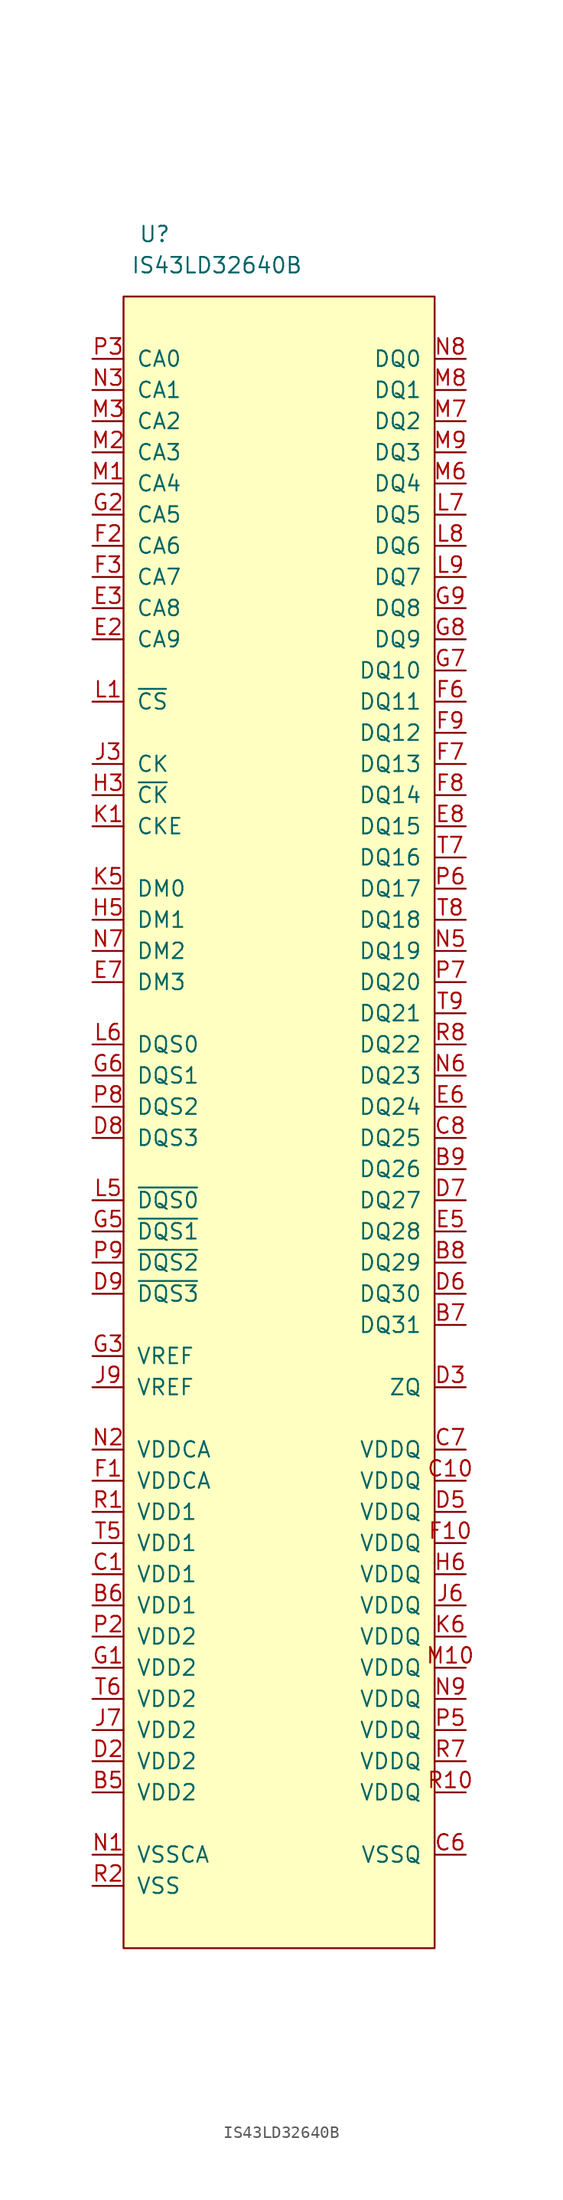
<source format=kicad_sym>
(kicad_symbol_lib
  (version 20211014)
  (generator kicad_symbol_editor)
  (symbol "IS43LD32640B"
    (pin_names
      (offset 1.016))
    (property "Reference" "U"
      (at -10.16 25.4 0)
      (effects (font (size 1.27 1.27))))
    (property "Value" "IS43LD32640B"
      (at -5.08 22.86 0)
      (effects (font (size 1.27 1.27))))
    (symbol "IS43LD32640B_0_1"
      (rectangle (start -12.7 20.32) (end 12.7 -114.3) (stroke (width 0) (type default) (color 0 0 0 0)) (fill (type background))))
    (symbol "IS43LD32640B_1_1"
      (pin power_in line (at -15.24 -101.6 0) (length 2.54) (name "VDD2" (effects (font (size 1.27 1.27)))) (number "B5" (effects (font (size 1.27 1.27)))))
      (pin power_in line (at -15.24 -86.36 0) (length 2.54) (name "VDD1" (effects (font (size 1.27 1.27)))) (number "B6" (effects (font (size 1.27 1.27)))))
      (pin bidirectional line (at 15.24 -63.5 180) (length 2.54) (name "DQ31" (effects (font (size 1.27 1.27)))) (number "B7" (effects (font (size 1.27 1.27)))))
      (pin bidirectional line (at 15.24 -58.42 180) (length 2.54) (name "DQ29" (effects (font (size 1.27 1.27)))) (number "B8" (effects (font (size 1.27 1.27)))))
      (pin bidirectional line (at 15.24 -50.8 180) (length 2.54) (name "DQ26" (effects (font (size 1.27 1.27)))) (number "B9" (effects (font (size 1.27 1.27)))))
      (pin power_in line (at -15.24 -83.82 0) (length 2.54) (name "VDD1" (effects (font (size 1.27 1.27)))) (number "C1" (effects (font (size 1.27 1.27)))))
      (pin power_in line (at 15.24 -76.2 180) (length 2.54) (name "VDDQ" (effects (font (size 1.27 1.27)))) (number "C10" (effects (font (size 1.27 1.27)))))
      (pin power_in line (at -15.24 -109.22 0) (length 2.54) hide (name "VSS" (effects (font (size 1.27 1.27)))) (number "C2" (effects (font (size 1.27 1.27)))))
      (pin power_in line (at -15.24 -109.22 0) (length 2.54) hide (name "VSS" (effects (font (size 1.27 1.27)))) (number "C5" (effects (font (size 1.27 1.27)))))
      (pin power_in line (at 15.24 -106.68 180) (length 2.54) (name "VSSQ" (effects (font (size 1.27 1.27)))) (number "C6" (effects (font (size 1.27 1.27)))))
      (pin power_in line (at 15.24 -73.66 180) (length 2.54) (name "VDDQ" (effects (font (size 1.27 1.27)))) (number "C7" (effects (font (size 1.27 1.27)))))
      (pin bidirectional line (at 15.24 -48.26 180) (length 2.54) (name "DQ25" (effects (font (size 1.27 1.27)))) (number "C8" (effects (font (size 1.27 1.27)))))
      (pin power_in line (at 15.24 -106.68 180) (length 2.54) hide (name "VSSQ" (effects (font (size 1.27 1.27)))) (number "C9" (effects (font (size 1.27 1.27)))))
      (pin power_in line (at -15.24 -109.22 0) (length 2.54) hide (name "VSS" (effects (font (size 1.27 1.27)))) (number "D1" (effects (font (size 1.27 1.27)))))
      (pin power_in line (at 15.24 -106.68 180) (length 2.54) hide (name "VSSQ" (effects (font (size 1.27 1.27)))) (number "D10" (effects (font (size 1.27 1.27)))))
      (pin power_in line (at -15.24 -99.06 0) (length 2.54) (name "VDD2" (effects (font (size 1.27 1.27)))) (number "D2" (effects (font (size 1.27 1.27)))))
      (pin power_in line (at 15.24 -68.58 180) (length 2.54) (name "ZQ" (effects (font (size 1.27 1.27)))) (number "D3" (effects (font (size 1.27 1.27)))))
      (pin power_in line (at 15.24 -78.74 180) (length 2.54) (name "VDDQ" (effects (font (size 1.27 1.27)))) (number "D5" (effects (font (size 1.27 1.27)))))
      (pin bidirectional line (at 15.24 -60.96 180) (length 2.54) (name "DQ30" (effects (font (size 1.27 1.27)))) (number "D6" (effects (font (size 1.27 1.27)))))
      (pin bidirectional line (at 15.24 -53.34 180) (length 2.54) (name "DQ27" (effects (font (size 1.27 1.27)))) (number "D7" (effects (font (size 1.27 1.27)))))
      (pin input line (at -15.24 -48.26 0) (length 2.54) (name "DQS3" (effects (font (size 1.27 1.27)))) (number "D8" (effects (font (size 1.27 1.27)))))
      (pin input line (at -15.24 -60.96 0) (length 2.54) (name "~{DQS3}" (effects (font (size 1.27 1.27)))) (number "D9" (effects (font (size 1.27 1.27)))))
      (pin power_in line (at -15.24 -106.68 0) (length 2.54) hide (name "VSSCA" (effects (font (size 1.27 1.27)))) (number "E1" (effects (font (size 1.27 1.27)))))
      (pin input line (at -15.24 -7.62 0) (length 2.54) (name "CA9" (effects (font (size 1.27 1.27)))) (number "E2" (effects (font (size 1.27 1.27)))))
      (pin input line (at -15.24 -5.08 0) (length 2.54) (name "CA8" (effects (font (size 1.27 1.27)))) (number "E3" (effects (font (size 1.27 1.27)))))
      (pin bidirectional line (at 15.24 -55.88 180) (length 2.54) (name "DQ28" (effects (font (size 1.27 1.27)))) (number "E5" (effects (font (size 1.27 1.27)))))
      (pin bidirectional line (at 15.24 -45.72 180) (length 2.54) (name "DQ24" (effects (font (size 1.27 1.27)))) (number "E6" (effects (font (size 1.27 1.27)))))
      (pin input line (at -15.24 -35.56 0) (length 2.54) (name "DM3" (effects (font (size 1.27 1.27)))) (number "E7" (effects (font (size 1.27 1.27)))))
      (pin bidirectional line (at 15.24 -22.86 180) (length 2.54) (name "DQ15" (effects (font (size 1.27 1.27)))) (number "E8" (effects (font (size 1.27 1.27)))))
      (pin power_in line (at -15.24 -76.2 0) (length 2.54) (name "VDDCA" (effects (font (size 1.27 1.27)))) (number "F1" (effects (font (size 1.27 1.27)))))
      (pin power_in line (at 15.24 -81.28 180) (length 2.54) (name "VDDQ" (effects (font (size 1.27 1.27)))) (number "F10" (effects (font (size 1.27 1.27)))))
      (pin input line (at -15.24 0 0) (length 2.54) (name "CA6" (effects (font (size 1.27 1.27)))) (number "F2" (effects (font (size 1.27 1.27)))))
      (pin input line (at -15.24 -2.54 0) (length 2.54) (name "CA7" (effects (font (size 1.27 1.27)))) (number "F3" (effects (font (size 1.27 1.27)))))
      (pin power_in line (at 15.24 -106.68 180) (length 2.54) hide (name "VSSQ" (effects (font (size 1.27 1.27)))) (number "F5" (effects (font (size 1.27 1.27)))))
      (pin bidirectional line (at 15.24 -12.7 180) (length 2.54) (name "DQ11" (effects (font (size 1.27 1.27)))) (number "F6" (effects (font (size 1.27 1.27)))))
      (pin bidirectional line (at 15.24 -17.78 180) (length 2.54) (name "DQ13" (effects (font (size 1.27 1.27)))) (number "F7" (effects (font (size 1.27 1.27)))))
      (pin bidirectional line (at 15.24 -20.32 180) (length 2.54) (name "DQ14" (effects (font (size 1.27 1.27)))) (number "F8" (effects (font (size 1.27 1.27)))))
      (pin bidirectional line (at 15.24 -15.24 180) (length 2.54) (name "DQ12" (effects (font (size 1.27 1.27)))) (number "F9" (effects (font (size 1.27 1.27)))))
      (pin power_in line (at -15.24 -91.44 0) (length 2.54) (name "VDD2" (effects (font (size 1.27 1.27)))) (number "G1" (effects (font (size 1.27 1.27)))))
      (pin power_in line (at 15.24 -106.68 180) (length 2.54) hide (name "VSSQ" (effects (font (size 1.27 1.27)))) (number "G10" (effects (font (size 1.27 1.27)))))
      (pin input line (at -15.24 2.54 0) (length 2.54) (name "CA5" (effects (font (size 1.27 1.27)))) (number "G2" (effects (font (size 1.27 1.27)))))
      (pin power_in line (at -15.24 -66.04 0) (length 2.54) (name "VREF" (effects (font (size 1.27 1.27)))) (number "G3" (effects (font (size 1.27 1.27)))))
      (pin input line (at -15.24 -55.88 0) (length 2.54) (name "~{DQS1}" (effects (font (size 1.27 1.27)))) (number "G5" (effects (font (size 1.27 1.27)))))
      (pin input line (at -15.24 -43.18 0) (length 2.54) (name "DQS1" (effects (font (size 1.27 1.27)))) (number "G6" (effects (font (size 1.27 1.27)))))
      (pin bidirectional line (at 15.24 -10.16 180) (length 2.54) (name "DQ10" (effects (font (size 1.27 1.27)))) (number "G7" (effects (font (size 1.27 1.27)))))
      (pin bidirectional line (at 15.24 -7.62 180) (length 2.54) (name "DQ9" (effects (font (size 1.27 1.27)))) (number "G8" (effects (font (size 1.27 1.27)))))
      (pin bidirectional line (at 15.24 -5.08 180) (length 2.54) (name "DQ8" (effects (font (size 1.27 1.27)))) (number "G9" (effects (font (size 1.27 1.27)))))
      (pin power_in line (at -15.24 -109.22 0) (length 2.54) hide (name "VSS" (effects (font (size 1.27 1.27)))) (number "H2" (effects (font (size 1.27 1.27)))))
      (pin input line (at -15.24 -20.32 0) (length 2.54) (name "~{CK}" (effects (font (size 1.27 1.27)))) (number "H3" (effects (font (size 1.27 1.27)))))
      (pin input line (at -15.24 -30.48 0) (length 2.54) (name "DM1" (effects (font (size 1.27 1.27)))) (number "H5" (effects (font (size 1.27 1.27)))))
      (pin power_in line (at 15.24 -83.82 180) (length 2.54) (name "VDDQ" (effects (font (size 1.27 1.27)))) (number "H6" (effects (font (size 1.27 1.27)))))
      (pin power_in line (at -15.24 -106.68 0) (length 2.54) hide (name "VSSCA" (effects (font (size 1.27 1.27)))) (number "J1" (effects (font (size 1.27 1.27)))))
      (pin input line (at -15.24 -17.78 0) (length 2.54) (name "CK" (effects (font (size 1.27 1.27)))) (number "J3" (effects (font (size 1.27 1.27)))))
      (pin power_in line (at 15.24 -106.68 180) (length 2.54) hide (name "VSSQ" (effects (font (size 1.27 1.27)))) (number "J5" (effects (font (size 1.27 1.27)))))
      (pin power_in line (at 15.24 -86.36 180) (length 2.54) (name "VDDQ" (effects (font (size 1.27 1.27)))) (number "J6" (effects (font (size 1.27 1.27)))))
      (pin power_in line (at -15.24 -96.52 0) (length 2.54) (name "VDD2" (effects (font (size 1.27 1.27)))) (number "J7" (effects (font (size 1.27 1.27)))))
      (pin power_in line (at -15.24 -109.22 0) (length 2.54) hide (name "VSS" (effects (font (size 1.27 1.27)))) (number "J8" (effects (font (size 1.27 1.27)))))
      (pin power_in line (at -15.24 -68.58 0) (length 2.54) (name "VREF" (effects (font (size 1.27 1.27)))) (number "J9" (effects (font (size 1.27 1.27)))))
      (pin input line (at -15.24 -22.86 0) (length 2.54) (name "CKE" (effects (font (size 1.27 1.27)))) (number "K1" (effects (font (size 1.27 1.27)))))
      (pin input line (at -15.24 -27.94 0) (length 2.54) (name "DM0" (effects (font (size 1.27 1.27)))) (number "K5" (effects (font (size 1.27 1.27)))))
      (pin power_in line (at 15.24 -88.9 180) (length 2.54) (name "VDDQ" (effects (font (size 1.27 1.27)))) (number "K6" (effects (font (size 1.27 1.27)))))
      (pin input line (at -15.24 -12.7 0) (length 2.54) (name "~{CS}" (effects (font (size 1.27 1.27)))) (number "L1" (effects (font (size 1.27 1.27)))))
      (pin power_in line (at 15.24 -106.68 180) (length 2.54) hide (name "VSSQ" (effects (font (size 1.27 1.27)))) (number "L10" (effects (font (size 1.27 1.27)))))
      (pin input line (at -15.24 -53.34 0) (length 2.54) (name "~{DQS0}" (effects (font (size 1.27 1.27)))) (number "L5" (effects (font (size 1.27 1.27)))))
      (pin input line (at -15.24 -40.64 0) (length 2.54) (name "DQS0" (effects (font (size 1.27 1.27)))) (number "L6" (effects (font (size 1.27 1.27)))))
      (pin bidirectional line (at 15.24 2.54 180) (length 2.54) (name "DQ5" (effects (font (size 1.27 1.27)))) (number "L7" (effects (font (size 1.27 1.27)))))
      (pin bidirectional line (at 15.24 0 180) (length 2.54) (name "DQ6" (effects (font (size 1.27 1.27)))) (number "L8" (effects (font (size 1.27 1.27)))))
      (pin bidirectional line (at 15.24 -2.54 180) (length 2.54) (name "DQ7" (effects (font (size 1.27 1.27)))) (number "L9" (effects (font (size 1.27 1.27)))))
      (pin input line (at -15.24 5.08 0) (length 2.54) (name "CA4" (effects (font (size 1.27 1.27)))) (number "M1" (effects (font (size 1.27 1.27)))))
      (pin power_in line (at 15.24 -91.44 180) (length 2.54) (name "VDDQ" (effects (font (size 1.27 1.27)))) (number "M10" (effects (font (size 1.27 1.27)))))
      (pin input line (at -15.24 7.62 0) (length 2.54) (name "CA3" (effects (font (size 1.27 1.27)))) (number "M2" (effects (font (size 1.27 1.27)))))
      (pin input line (at -15.24 10.16 0) (length 2.54) (name "CA2" (effects (font (size 1.27 1.27)))) (number "M3" (effects (font (size 1.27 1.27)))))
      (pin power_in line (at 15.24 -106.68 180) (length 2.54) hide (name "VSSQ" (effects (font (size 1.27 1.27)))) (number "M5" (effects (font (size 1.27 1.27)))))
      (pin bidirectional line (at 15.24 5.08 180) (length 2.54) (name "DQ4" (effects (font (size 1.27 1.27)))) (number "M6" (effects (font (size 1.27 1.27)))))
      (pin bidirectional line (at 15.24 10.16 180) (length 2.54) (name "DQ2" (effects (font (size 1.27 1.27)))) (number "M7" (effects (font (size 1.27 1.27)))))
      (pin bidirectional line (at 15.24 12.7 180) (length 2.54) (name "DQ1" (effects (font (size 1.27 1.27)))) (number "M8" (effects (font (size 1.27 1.27)))))
      (pin bidirectional line (at 15.24 7.62 180) (length 2.54) (name "DQ3" (effects (font (size 1.27 1.27)))) (number "M9" (effects (font (size 1.27 1.27)))))
      (pin power_in line (at -15.24 -106.68 0) (length 2.54) (name "VSSCA" (effects (font (size 1.27 1.27)))) (number "N1" (effects (font (size 1.27 1.27)))))
      (pin power_in line (at 15.24 -106.68 180) (length 2.54) hide (name "VSSQ" (effects (font (size 1.27 1.27)))) (number "N10" (effects (font (size 1.27 1.27)))))
      (pin power_in line (at -15.24 -73.66 0) (length 2.54) (name "VDDCA" (effects (font (size 1.27 1.27)))) (number "N2" (effects (font (size 1.27 1.27)))))
      (pin input line (at -15.24 12.7 0) (length 2.54) (name "CA1" (effects (font (size 1.27 1.27)))) (number "N3" (effects (font (size 1.27 1.27)))))
      (pin bidirectional line (at 15.24 -33.02 180) (length 2.54) (name "DQ19" (effects (font (size 1.27 1.27)))) (number "N5" (effects (font (size 1.27 1.27)))))
      (pin bidirectional line (at 15.24 -43.18 180) (length 2.54) (name "DQ23" (effects (font (size 1.27 1.27)))) (number "N6" (effects (font (size 1.27 1.27)))))
      (pin input line (at -15.24 -33.02 0) (length 2.54) (name "DM2" (effects (font (size 1.27 1.27)))) (number "N7" (effects (font (size 1.27 1.27)))))
      (pin bidirectional line (at 15.24 15.24 180) (length 2.54) (name "DQ0" (effects (font (size 1.27 1.27)))) (number "N8" (effects (font (size 1.27 1.27)))))
      (pin power_in line (at 15.24 -93.98 180) (length 2.54) (name "VDDQ" (effects (font (size 1.27 1.27)))) (number "N9" (effects (font (size 1.27 1.27)))))
      (pin power_in line (at -15.24 -109.22 0) (length 2.54) hide (name "VSS" (effects (font (size 1.27 1.27)))) (number "P1" (effects (font (size 1.27 1.27)))))
      (pin power_in line (at 15.24 -106.68 180) (length 2.54) hide (name "VSSQ" (effects (font (size 1.27 1.27)))) (number "P10" (effects (font (size 1.27 1.27)))))
      (pin power_in line (at -15.24 -88.9 0) (length 2.54) (name "VDD2" (effects (font (size 1.27 1.27)))) (number "P2" (effects (font (size 1.27 1.27)))))
      (pin input line (at -15.24 15.24 0) (length 2.54) (name "CA0" (effects (font (size 1.27 1.27)))) (number "P3" (effects (font (size 1.27 1.27)))))
      (pin power_in line (at 15.24 -96.52 180) (length 2.54) (name "VDDQ" (effects (font (size 1.27 1.27)))) (number "P5" (effects (font (size 1.27 1.27)))))
      (pin bidirectional line (at 15.24 -27.94 180) (length 2.54) (name "DQ17" (effects (font (size 1.27 1.27)))) (number "P6" (effects (font (size 1.27 1.27)))))
      (pin bidirectional line (at 15.24 -35.56 180) (length 2.54) (name "DQ20" (effects (font (size 1.27 1.27)))) (number "P7" (effects (font (size 1.27 1.27)))))
      (pin input line (at -15.24 -45.72 0) (length 2.54) (name "DQS2" (effects (font (size 1.27 1.27)))) (number "P8" (effects (font (size 1.27 1.27)))))
      (pin input line (at -15.24 -58.42 0) (length 2.54) (name "~{DQS2}" (effects (font (size 1.27 1.27)))) (number "P9" (effects (font (size 1.27 1.27)))))
      (pin power_in line (at -15.24 -78.74 0) (length 2.54) (name "VDD1" (effects (font (size 1.27 1.27)))) (number "R1" (effects (font (size 1.27 1.27)))))
      (pin power_in line (at 15.24 -101.6 180) (length 2.54) (name "VDDQ" (effects (font (size 1.27 1.27)))) (number "R10" (effects (font (size 1.27 1.27)))))
      (pin power_in line (at -15.24 -109.22 0) (length 2.54) (name "VSS" (effects (font (size 1.27 1.27)))) (number "R2" (effects (font (size 1.27 1.27)))))
      (pin power_in line (at -15.24 -109.22 0) (length 2.54) hide (name "VSS" (effects (font (size 1.27 1.27)))) (number "R5" (effects (font (size 1.27 1.27)))))
      (pin power_in line (at 15.24 -106.68 180) (length 2.54) hide (name "VSSQ" (effects (font (size 1.27 1.27)))) (number "R6" (effects (font (size 1.27 1.27)))))
      (pin power_in line (at 15.24 -99.06 180) (length 2.54) (name "VDDQ" (effects (font (size 1.27 1.27)))) (number "R7" (effects (font (size 1.27 1.27)))))
      (pin bidirectional line (at 15.24 -40.64 180) (length 2.54) (name "DQ22" (effects (font (size 1.27 1.27)))) (number "R8" (effects (font (size 1.27 1.27)))))
      (pin power_in line (at 15.24 -106.68 180) (length 2.54) hide (name "VSSQ" (effects (font (size 1.27 1.27)))) (number "R9" (effects (font (size 1.27 1.27)))))
      (pin power_in line (at -15.24 -81.28 0) (length 2.54) (name "VDD1" (effects (font (size 1.27 1.27)))) (number "T5" (effects (font (size 1.27 1.27)))))
      (pin power_in line (at -15.24 -93.98 0) (length 2.54) (name "VDD2" (effects (font (size 1.27 1.27)))) (number "T6" (effects (font (size 1.27 1.27)))))
      (pin bidirectional line (at 15.24 -25.4 180) (length 2.54) (name "DQ16" (effects (font (size 1.27 1.27)))) (number "T7" (effects (font (size 1.27 1.27)))))
      (pin bidirectional line (at 15.24 -30.48 180) (length 2.54) (name "DQ18" (effects (font (size 1.27 1.27)))) (number "T8" (effects (font (size 1.27 1.27)))))
      (pin bidirectional line (at 15.24 -38.1 180) (length 2.54) (name "DQ21" (effects (font (size 1.27 1.27)))) (number "T9" (effects (font (size 1.27 1.27))))))))
</source>
